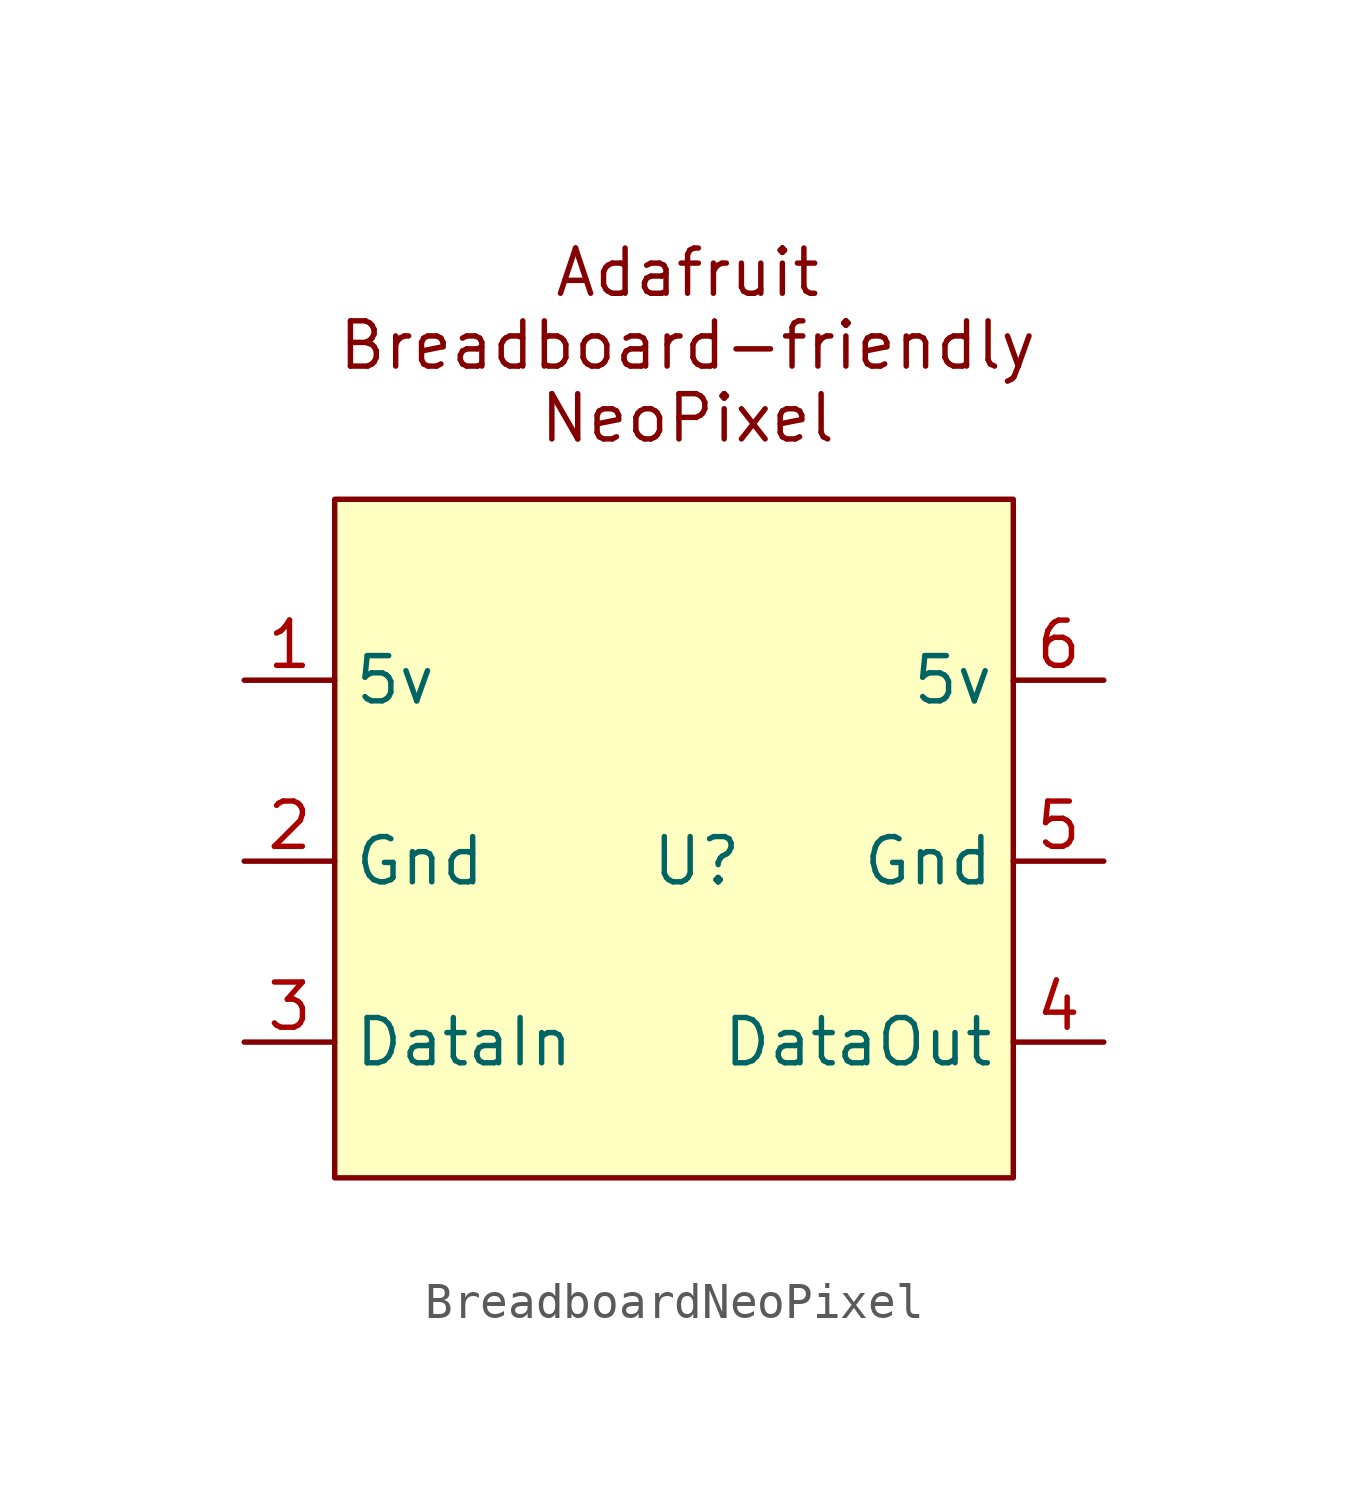
<source format=kicad_sym>
(kicad_symbol_lib
  (version 20231120)
  (generator "kicad_symbol_editor")
  (generator_version "8.0")
  (symbol "BreadboardNeoPixel"
    (property "Reference" "U"
      (at 0 0 0)
      (effects (font (size 1.27 1.27))))
    (property "Value" ""
      (at 0 0 0)
      (effects (font (size 1.27 1.27))))
    (symbol "BreadboardNeoPixel_1_1"
      (rectangle (start -10.16 10.16) (end 8.89 -8.89) (stroke (width 0) (type default)) (fill (type background)))
      (text "Adafruit\nBreadboard-friendly\nNeoPixel" (at -0.254 14.478 0) (effects (font (size 1.27 1.27))))
      (pin input line (at -12.7 5.08 0) (length 2.54) (name "5v" (effects (font (size 1.27 1.27)))) (number "1" (effects (font (size 1.27 1.27)))))
      (pin input line (at -12.7 0 0) (length 2.54) (name "Gnd" (effects (font (size 1.27 1.27)))) (number "2" (effects (font (size 1.27 1.27)))))
      (pin input line (at -12.7 -5.08 0) (length 2.54) (name "DataIn" (effects (font (size 1.27 1.27)))) (number "3" (effects (font (size 1.27 1.27)))))
      (pin output line (at 11.43 -5.08 180) (length 2.54) (name "DataOut" (effects (font (size 1.27 1.27)))) (number "4" (effects (font (size 1.27 1.27)))))
      (pin input line (at 11.43 0 180) (length 2.54) (name "Gnd" (effects (font (size 1.27 1.27)))) (number "5" (effects (font (size 1.27 1.27)))))
      (pin input line (at 11.43 5.08 180) (length 2.54) (name "5v" (effects (font (size 1.27 1.27)))) (number "6" (effects (font (size 1.27 1.27))))))))
</source>
